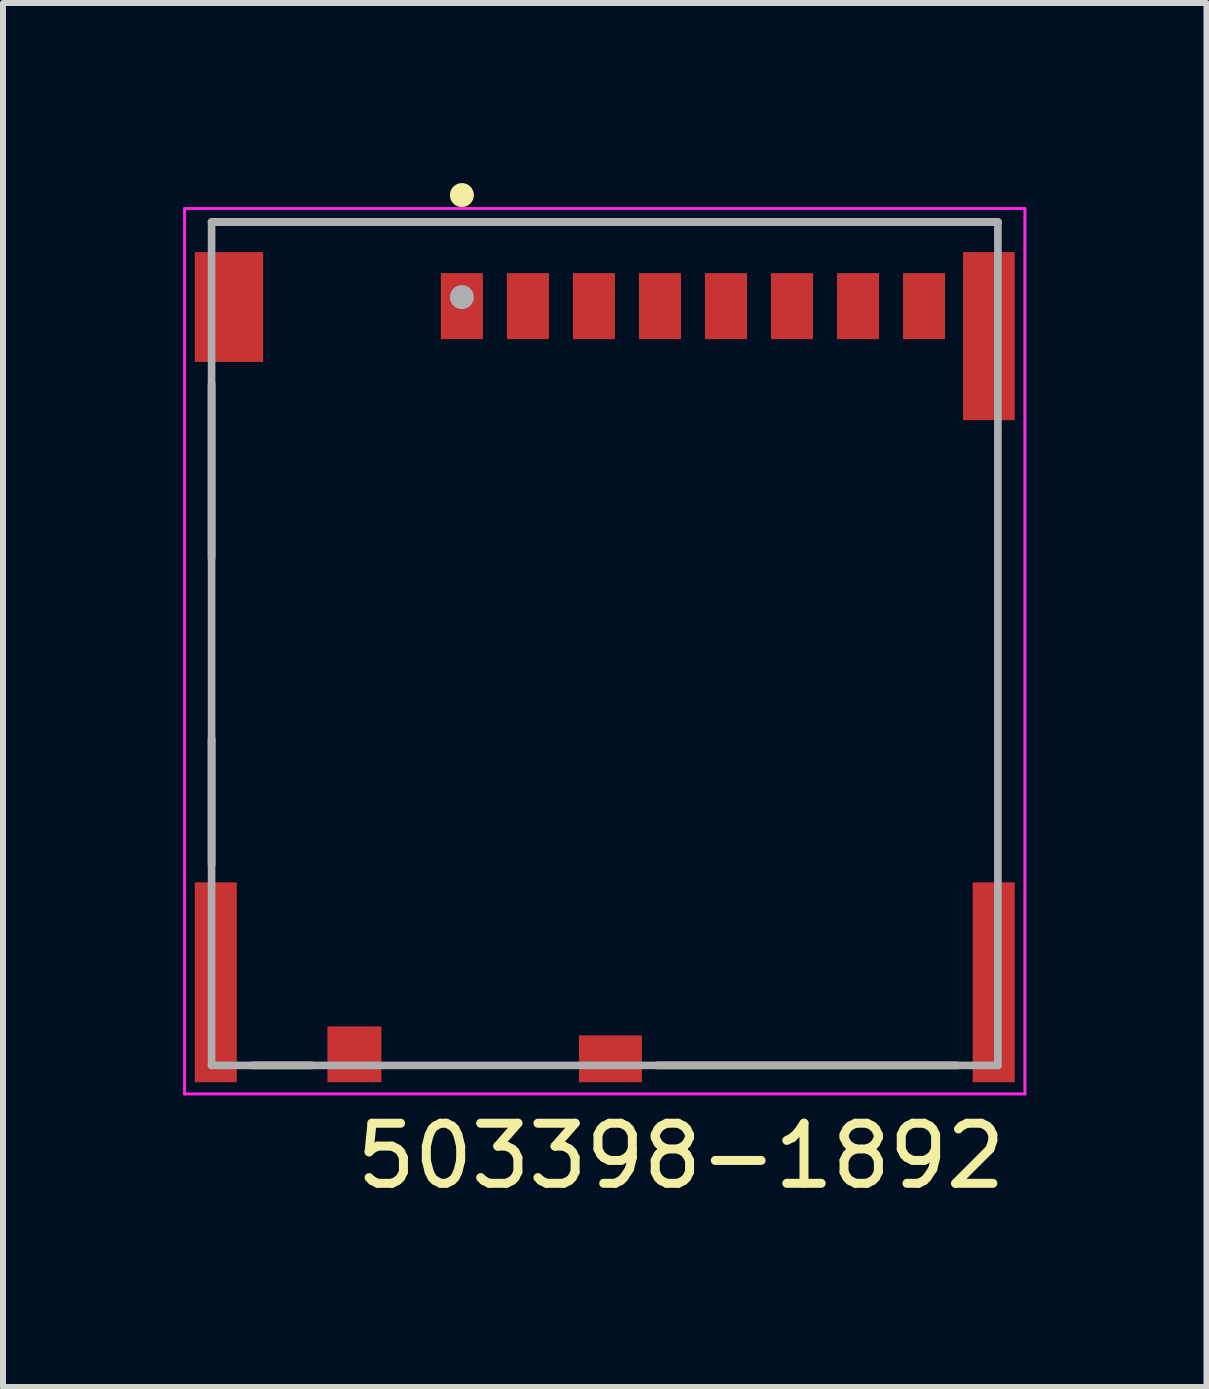
<source format=kicad_pcb>
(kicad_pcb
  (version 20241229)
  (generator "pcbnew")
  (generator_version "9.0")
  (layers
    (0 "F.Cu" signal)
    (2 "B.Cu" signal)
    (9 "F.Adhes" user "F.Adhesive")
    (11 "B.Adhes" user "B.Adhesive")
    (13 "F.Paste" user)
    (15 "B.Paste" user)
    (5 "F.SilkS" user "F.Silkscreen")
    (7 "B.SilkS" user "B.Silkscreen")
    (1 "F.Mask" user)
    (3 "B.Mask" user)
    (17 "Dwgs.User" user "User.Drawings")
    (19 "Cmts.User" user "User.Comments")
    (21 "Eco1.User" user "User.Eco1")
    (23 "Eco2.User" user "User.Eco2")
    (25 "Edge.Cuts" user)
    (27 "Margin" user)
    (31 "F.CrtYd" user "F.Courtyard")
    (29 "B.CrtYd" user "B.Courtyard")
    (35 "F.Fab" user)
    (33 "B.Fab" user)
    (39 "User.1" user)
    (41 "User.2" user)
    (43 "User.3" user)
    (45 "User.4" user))
  (footprint "503398-1892"
    (layer "F.Cu")
    (at 7.025 7.675)
    (property "Reference" "503398-1892" (at 1.27 8.534 0) (layer "F.SilkS") (effects (font (size 1.001 1.001) (thickness 0.15))))
    (attr smd)
    (fp_line (start -6.55 -7.025) (end 6.55 -7.025) (stroke (width 0.127) (type solid)) (layer "F.SilkS"))
    (fp_line (start -6.55 -4.325) (end -6.55 -1.425) (stroke (width 0.127) (type solid)) (layer "F.SilkS"))
    (fp_line (start -6.55 1.575) (end -6.55 3.675) (stroke (width 0.127) (type solid)) (layer "F.SilkS"))
    (fp_line (start -5.876 7.025) (end -4.874 7.025) (stroke (width 0.127) (type solid)) (layer "F.SilkS"))
    (fp_line (start 0.874 7.025) (end 5.876 7.025) (stroke (width 0.127) (type solid)) (layer "F.SilkS"))
    (fp_circle (center -2.38 -7.475) (end -2.28 -7.475) (stroke (width 0.2) (type solid)) (fill no) (layer "F.SilkS"))
    (fp_line (start -7 -7.25) (end 7 -7.25) (stroke (width 0.05) (type solid)) (layer "F.CrtYd"))
    (fp_line (start -7 7.5) (end -7 -7.25) (stroke (width 0.05) (type solid)) (layer "F.CrtYd"))
    (fp_line (start 7 -7.25) (end 7 7.5) (stroke (width 0.05) (type solid)) (layer "F.CrtYd"))
    (fp_line (start 7 7.5) (end -7 7.5) (stroke (width 0.05) (type solid)) (layer "F.CrtYd"))
    (fp_line (start -6.55 -7.025) (end 6.55 -7.025) (stroke (width 0.127) (type solid)) (layer "F.Fab"))
    (fp_line (start -6.55 7.025) (end -6.55 -7.025) (stroke (width 0.127) (type solid)) (layer "F.Fab"))
    (fp_line (start 6.55 -7.025) (end 6.55 7.025) (stroke (width 0.127) (type solid)) (layer "F.Fab"))
    (fp_line (start 6.55 7.025) (end -6.55 7.025) (stroke (width 0.127) (type solid)) (layer "F.Fab"))
    (fp_circle (center -2.38 -5.775) (end -2.28 -5.775) (stroke (width 0.2) (type solid)) (fill no) (layer "F.Fab"))
    (pad "1" smd rect (at -2.38 -5.625) (size 0.7 1.1) (layers "F.Cu" "F.Mask" "F.Paste"))
    (pad "2" smd rect (at -1.28 -5.625) (size 0.7 1.1) (layers "F.Cu" "F.Mask" "F.Paste"))
    (pad "3" smd rect (at -0.18 -5.625) (size 0.7 1.1) (layers "F.Cu" "F.Mask" "F.Paste"))
    (pad "4" smd rect (at 0.92 -5.625) (size 0.7 1.1) (layers "F.Cu" "F.Mask" "F.Paste"))
    (pad "5" smd rect (at 2.02 -5.625) (size 0.7 1.1) (layers "F.Cu" "F.Mask" "F.Paste"))
    (pad "6" smd rect (at 3.12 -5.625) (size 0.7 1.1) (layers "F.Cu" "F.Mask" "F.Paste"))
    (pad "7" smd rect (at 4.22 -5.625) (size 0.7 1.1) (layers "F.Cu" "F.Mask" "F.Paste"))
    (pad "8" smd rect (at 5.32 -5.625) (size 0.7 1.1) (layers "F.Cu" "F.Mask" "F.Paste"))
    (pad "9" smd rect (at -4.17 6.84) (size 0.9 0.93) (layers "F.Cu" "F.Mask" "F.Paste"))
    (pad "10" smd rect (at 0.095 6.915) (size 1.05 0.78) (layers "F.Cu" "F.Mask" "F.Paste"))
    (pad "11" smd rect (at -6.48 5.64) (size 0.7 3.33) (layers "F.Cu" "F.Mask" "F.Paste"))
    (pad "11" smd rect (at -6.26 -5.61) (size 1.14 1.83) (layers "F.Cu" "F.Mask" "F.Paste"))
    (pad "11" smd rect (at 6.4 -5.125) (size 0.86 2.8) (layers "F.Cu" "F.Mask" "F.Paste"))
    (pad "11" smd rect (at 6.48 5.64) (size 0.7 3.33) (layers "F.Cu" "F.Mask" "F.Paste"))
    (zone (net_name "") (layer "F.Cu") (hatch full 0.508) (connect_pads) (min_thickness 0.01) (filled_areas_thickness no) (keepout (tracks not_allowed) (vias not_allowed) (pads not_allowed) (copperpour not_allowed) (footprints allowed)) (placement (enabled no)) (fill) (polygon (pts (xy 0.189 6.55) (xy 0.895 6.55) (xy 0.895 8.951) (xy 0.189 8.951))))
    (zone (net_name "") (layer "F.Cu") (hatch full 0.508) (connect_pads) (min_thickness 0.01) (filled_areas_thickness no) (keepout (tracks not_allowed) (vias not_allowed) (pads not_allowed) (copperpour not_allowed) (footprints allowed)) (placement (enabled no)) (fill) (polygon (pts (xy 1.78 12.25) (xy 2.34 12.25) (xy 2.34 14.413) (xy 1.78 14.413))))
    (zone (net_name "") (layer "F.Cu") (hatch full 0.508) (connect_pads) (min_thickness 0.01) (filled_areas_thickness no) (keepout (tracks not_allowed) (vias not_allowed) (pads not_allowed) (copperpour not_allowed) (footprints allowed)) (placement (enabled no)) (fill) (polygon (pts (xy 3.802 14.05) (xy 4.355 14.05) (xy 4.355 14.605) (xy 3.802 14.605))))
    (zone (net_name "") (layer "F.Cu") (hatch full 0.508) (connect_pads) (min_thickness 0.0001) (filled_areas_thickness no) (keepout (tracks not_allowed) (vias not_allowed) (pads not_allowed) (copperpour not_allowed) (footprints allowed)) (placement (enabled no)) (fill) (polygon (pts (xy 3.855 3.95) (xy 3.855 8.95) (xy 3.205 8.95) (xy 3.205 11.55) (xy 7.595 11.55) (xy 7.595 12.8) (xy 5.295 12.8) (xy 5.295 14.98) (xy 6.595 14.98) (xy 6.595 14.2) (xy 13.155 14.2) (xy 13.155 11.65) (xy 13.855 11.65) (xy 13.855 3.95))))
    (zone (net_name "") (layers "F.Cu" "B.Cu") (hatch full 0.508) (connect_pads) (min_thickness 0.01) (filled_areas_thickness no) (keepout (tracks allowed) (vias not_allowed) (pads allowed) (copperpour allowed) (footprints allowed)) (placement (enabled no)) (fill) (polygon (pts (xy 0.183 6.55) (xy 0.895 6.55) (xy 0.895 8.952) (xy 0.183 8.952))))
    (zone (net_name "") (layers "F.Cu" "B.Cu") (hatch full 0.508) (connect_pads) (min_thickness 0.01) (filled_areas_thickness no) (keepout (tracks allowed) (vias not_allowed) (pads allowed) (copperpour allowed) (footprints allowed)) (placement (enabled no)) (fill) (polygon (pts (xy 1.786 12.25) (xy 2.34 12.25) (xy 2.34 14.405) (xy 1.786 14.405))))
    (zone (net_name "") (layers "F.Cu" "B.Cu") (hatch full 0.508) (connect_pads) (min_thickness 0.01) (filled_areas_thickness no) (keepout (tracks allowed) (vias not_allowed) (pads allowed) (copperpour allowed) (footprints allowed)) (placement (enabled no)) (fill) (polygon (pts (xy 3.8 14.05) (xy 4.355 14.05) (xy 4.355 14.612) (xy 3.8 14.612))))
    (zone (net_name "") (layers "F.Cu" "B.Cu") (hatch full 0.508) (connect_pads) (min_thickness 0.0001) (filled_areas_thickness no) (keepout (tracks allowed) (vias not_allowed) (pads allowed) (copperpour allowed) (footprints allowed)) (placement (enabled no)) (fill) (polygon (pts (xy 3.855 3.95) (xy 3.855 8.95) (xy 3.205 8.95) (xy 3.205 11.55) (xy 7.595 11.55) (xy 7.595 12.8) (xy 5.295 12.8) (xy 5.295 14.98) (xy 6.595 14.98) (xy 6.595 14.2) (xy 13.155 14.2) (xy 13.155 11.65) (xy 13.855 11.65) (xy 13.855 3.95)))))
  (gr_rect
    (start -3 -3)
    (end 17.05 20.058)
    (stroke (width 0.1) (type default))
    (fill no)
    (layer "Edge.Cuts")))
</source>
